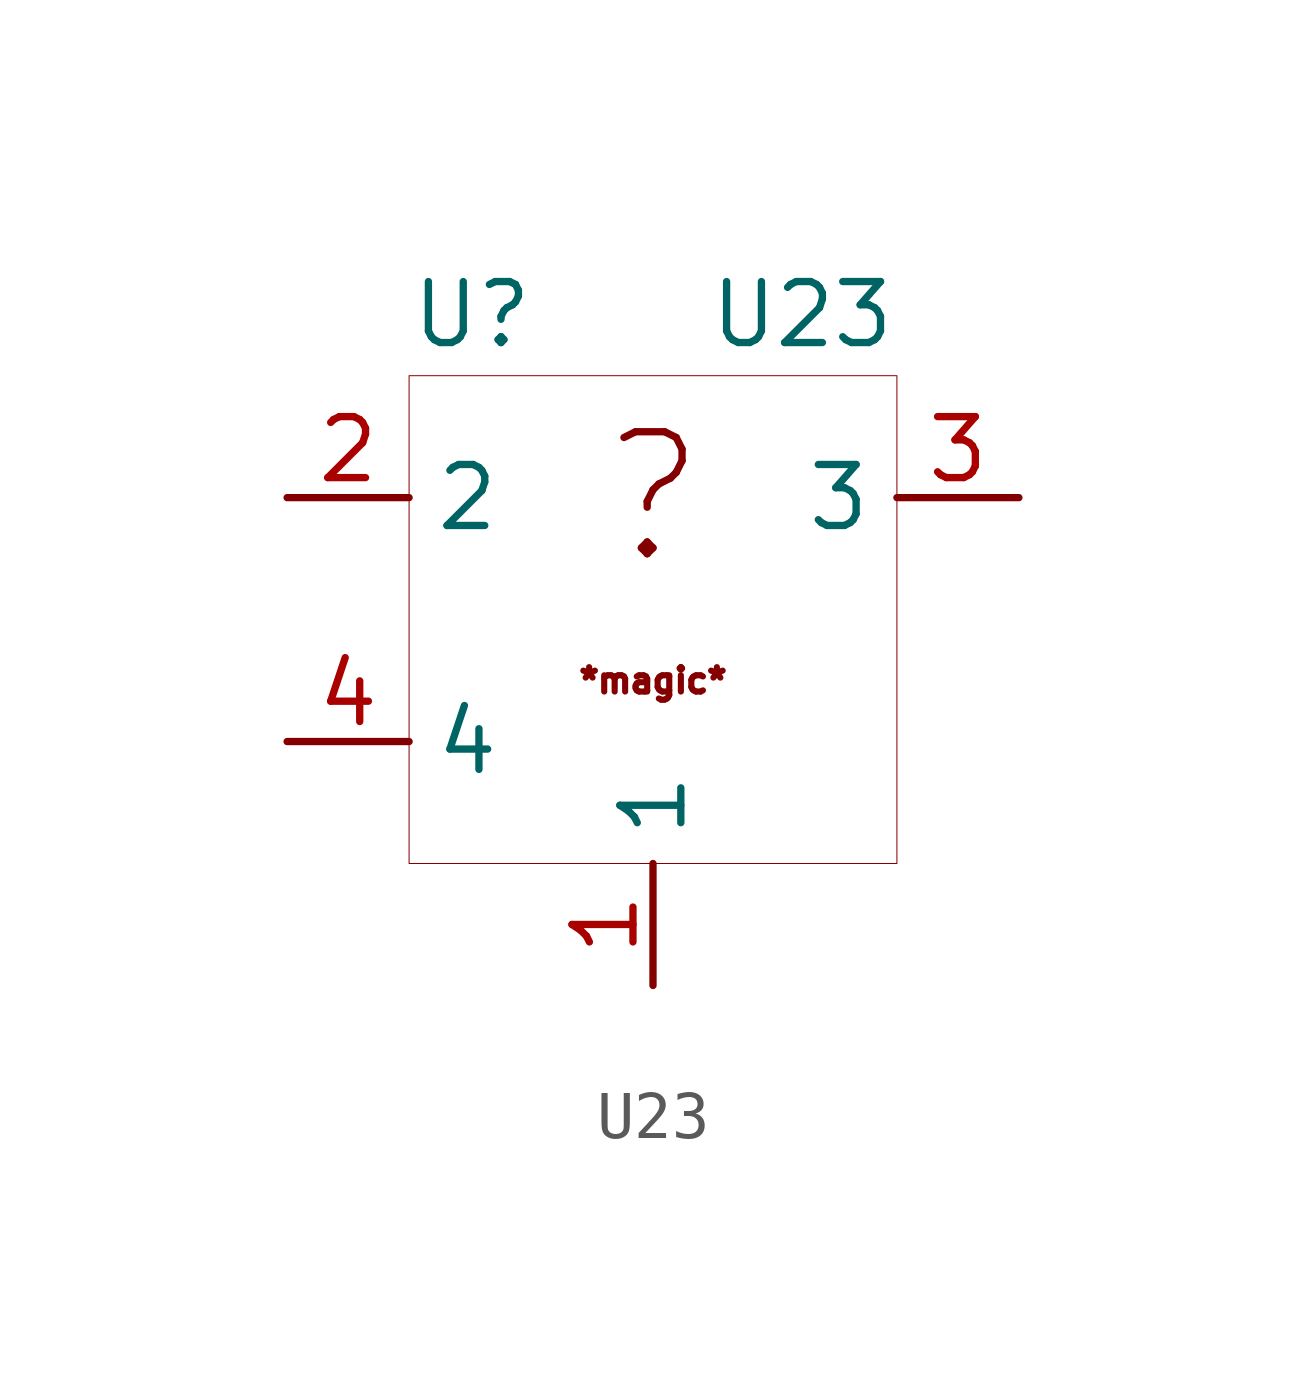
<source format=kicad_sym>
(kicad_symbol_lib
  (version 20201005)
  (generator kicad_symbol_editor)
  (symbol "unknown:U23"
    (property "Reference" "U"
      (at -5.08 6.35 0)
      (effects (font (size 1.27 1.27)) (justify left)))
    (property "Value" "U23"
      (at 5.08 6.35 0)
      (effects (font (size 1.27 1.27)) (justify right)))
    (symbol "U23_0_0"
      (text "?" (at 0 2.54 0) (effects (font (size 2.54 2.54))))
      (text "*magic*" (at 0 -1.27 0) (effects (font (size 0.508 0.508)))))
    (symbol "U23_0_1"
      (rectangle (start -5.08 5.08) (end 5.08 -5.08) (stroke (width 0.001)) (fill (type none))))
    (symbol "U23_1_1"
      (pin output line (at -7.62 2.54 0) (length 2.54) (name "2" (effects (font (size 1.27 1.27)))) (number "2" (effects (font (size 1.27 1.27)))))
      (pin output line (at -7.62 -2.54 0) (length 2.54) (name "4" (effects (font (size 1.27 1.27)))) (number "4" (effects (font (size 1.27 1.27)))))
      (pin power_in line (at 0 -7.62 90) (length 2.54) (name "1" (effects (font (size 1.27 1.27)))) (number "1" (effects (font (size 1.27 1.27)))))
      (pin power_in line (at 7.62 2.54 180) (length 2.54) (name "3" (effects (font (size 1.27 1.27)))) (number "3" (effects (font (size 1.27 1.27))))))))
</source>
